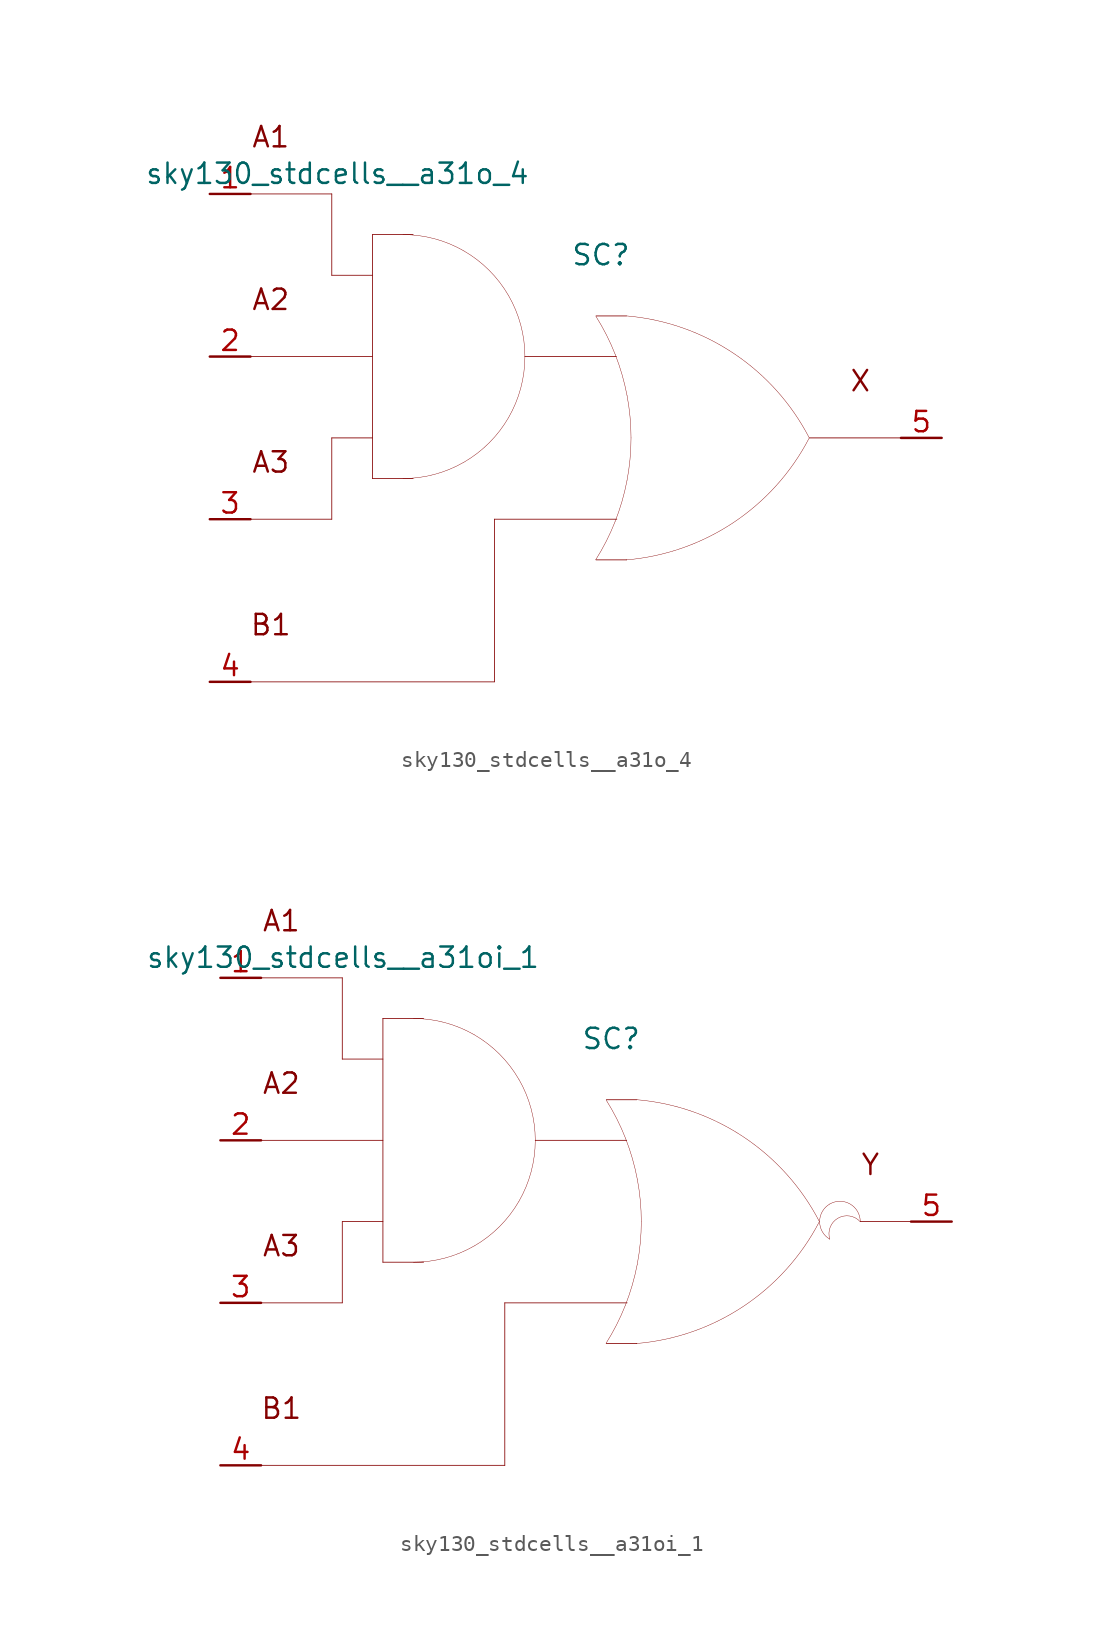
<source format=kicad_sym>
(kicad_symbol_lib
  (version 20211014)
  (generator kicad_symbol_editor)
  (symbol "sky130_stdcells__a31o_4"
    (pin_names hide)
    (property "Reference" "SC"
      (at 1.575 11.43 0)
      (effects (font (size 1.27 1.27))))
    (property "Value" "sky130_stdcells__a31o_4"
      (at -2.845 16.51 0)
      (effects (font (size 1.27 1.27)) (justify right)))
    (symbol "sky130_stdcells__a31o_4_0_0"
      (arc (start -10.795 -2.54) (mid -8.8228 -2.2804) (end -6.985 -1.5191) (stroke (width 0.0254) (type default) (color 0 0 0 0)) (fill (type none)))
      (arc (start -6.985 -1.5191) (mid -5.4069 -0.3081) (end -4.1959 1.27) (stroke (width 0.0254) (type default) (color 0 0 0 0)) (fill (type none)))
      (arc (start -6.985 11.6791) (mid -8.8228 12.4403) (end -10.795 12.7) (stroke (width 0.0254) (type default) (color 0 0 0 0)) (fill (type none)))
      (arc (start -4.1959 1.27) (mid -3.4347 3.1078) (end -3.175 5.08) (stroke (width 0.0254) (type default) (color 0 0 0 0)) (fill (type none)))
      (arc (start -4.1959 8.89) (mid -5.4069 10.4681) (end -6.985 11.6791) (stroke (width 0.0254) (type default) (color 0 0 0 0)) (fill (type none)))
      (arc (start -3.175 5.08) (mid -3.4346 7.0522) (end -4.1959 8.89) (stroke (width 0.0254) (type default) (color 0 0 0 0)) (fill (type none)))
      (polyline (pts (xy -20.32 -15.24) (xy -5.08 -15.24)) (stroke (width 0.051) (type default) (color 0 0 0 0)) (fill (type none)))
      (polyline (pts (xy -20.32 -5.08) (xy -15.24 -5.08)) (stroke (width 0.051) (type default) (color 0 0 0 0)) (fill (type none)))
      (polyline (pts (xy -20.32 5.08) (xy -12.7 5.08)) (stroke (width 0.051) (type default) (color 0 0 0 0)) (fill (type none)))
      (polyline (pts (xy -20.32 15.24) (xy -15.24 15.24)) (stroke (width 0.051) (type default) (color 0 0 0 0)) (fill (type none)))
      (polyline (pts (xy -15.24 0) (xy -15.24 -5.08)) (stroke (width 0.051) (type default) (color 0 0 0 0)) (fill (type none)))
      (polyline (pts (xy -15.24 0) (xy -12.7 0)) (stroke (width 0.051) (type default) (color 0 0 0 0)) (fill (type none)))
      (polyline (pts (xy -15.24 10.16) (xy -12.7 10.16)) (stroke (width 0.051) (type default) (color 0 0 0 0)) (fill (type none)))
      (polyline (pts (xy -15.24 15.24) (xy -15.24 10.16)) (stroke (width 0.051) (type default) (color 0 0 0 0)) (fill (type none)))
      (polyline (pts (xy -12.7 -2.54) (xy -10.16 -2.54)) (stroke (width 0.051) (type default) (color 0 0 0 0)) (fill (type none)))
      (polyline (pts (xy -12.7 12.7) (xy -12.7 -2.54)) (stroke (width 0.051) (type default) (color 0 0 0 0)) (fill (type none)))
      (polyline (pts (xy -12.7 12.7) (xy -10.16 12.7)) (stroke (width 0.051) (type default) (color 0 0 0 0)) (fill (type none)))
      (polyline (pts (xy -5.08 -5.08) (xy -5.08 -15.24)) (stroke (width 0.051) (type default) (color 0 0 0 0)) (fill (type none)))
      (polyline (pts (xy -5.08 -5.08) (xy 2.565 -5.08)) (stroke (width 0.051) (type default) (color 0 0 0 0)) (fill (type none)))
      (polyline (pts (xy -3.175 5.08) (xy 2.54 5.08)) (stroke (width 0.051) (type default) (color 0 0 0 0)) (fill (type none)))
      (polyline (pts (xy 1.27 -7.62) (xy 3.175 -7.62)) (stroke (width 0.051) (type default) (color 0 0 0 0)) (fill (type none)))
      (polyline (pts (xy 1.27 7.62) (xy 3.175 7.62)) (stroke (width 0.051) (type default) (color 0 0 0 0)) (fill (type none)))
      (polyline (pts (xy 14.605 0) (xy 20.32 0)) (stroke (width 0.051) (type default) (color 0 0 0 0)) (fill (type none)))
      (arc (start 1.2495 -7.6142) (mid 1.907 -6.458) (end 2.4538 -5.2456) (stroke (width 0.0254) (type default) (color 0 0 0 0)) (fill (type none)))
      (arc (start 2.4538 -5.2456) (mid 2.8887 -3.9755) (end 3.202 -2.6701) (stroke (width 0.0254) (type default) (color 0 0 0 0)) (fill (type none)))
      (arc (start 2.472 5.1993) (mid 1.9238 6.4248) (end 1.2627 7.5932) (stroke (width 0.0254) (type default) (color 0 0 0 0)) (fill (type none)))
      (arc (start 3.1446 -7.6231) (mid 9.8386 -5.2986) (end 14.5755 -0.0284) (stroke (width 0.0254) (type default) (color 0 0 0 0)) (fill (type none)))
      (arc (start 3.202 -2.6701) (mid 3.3912 -1.341) (end 3.4544 0) (stroke (width 0.0254) (type default) (color 0 0 0 0)) (fill (type none)))
      (arc (start 3.2066 2.6456) (mid 2.8989 3.9396) (end 2.472 5.1993) (stroke (width 0.0254) (type default) (color 0 0 0 0)) (fill (type none)))
      (arc (start 3.4544 0) (mid 3.3923 1.3286) (end 3.2066 2.6456) (stroke (width 0.0254) (type default) (color 0 0 0 0)) (fill (type none)))
      (arc (start 14.5983 -0.0156) (mid 9.8798 5.271) (end 3.194 7.6189) (stroke (width 0.0254) (type default) (color 0 0 0 0)) (fill (type none)))
      (text "A1" (at -19.05 18.796 0) (effects (font (size 1.27 1.27))))
      (text "A2" (at -19.05 8.636 0) (effects (font (size 1.27 1.27))))
      (text "A3" (at -19.05 -1.524 0) (effects (font (size 1.27 1.27))))
      (text "B1" (at -19.05 -11.684 0) (effects (font (size 1.27 1.27))))
      (text "X" (at 17.78 3.556 0) (effects (font (size 1.27 1.27)))))
    (symbol "sky130_stdcells__a31o_4_1_1"
      (pin input line (at -22.86 15.24 0) (length 2.54) (name "A1" (effects (font (size 1.092 1.092)))) (number "1" (effects (font (size 1.27 1.27)))))
      (pin input line (at -22.86 5.08 0) (length 2.54) (name "A2" (effects (font (size 1.092 1.092)))) (number "2" (effects (font (size 1.27 1.27)))))
      (pin input line (at -22.86 -5.08 0) (length 2.54) (name "A3" (effects (font (size 1.092 1.092)))) (number "3" (effects (font (size 1.27 1.27)))))
      (pin input line (at -22.86 -15.24 0) (length 2.54) (name "B1" (effects (font (size 1.092 1.092)))) (number "4" (effects (font (size 1.27 1.27)))))
      (pin output line (at 22.86 0 180) (length 2.54) (name "X" (effects (font (size 1.092 1.092)))) (number "5" (effects (font (size 1.27 1.27)))))))
  (symbol "sky130_stdcells__a31oi_1"
    (pin_names hide)
    (property "Reference" "SC"
      (at 1.575 11.43 0)
      (effects (font (size 1.27 1.27))))
    (property "Value" "sky130_stdcells__a31oi_1"
      (at -2.845 16.51 0)
      (effects (font (size 1.27 1.27)) (justify right)))
    (symbol "sky130_stdcells__a31oi_1_0_0"
      (arc (start -10.795 -2.54) (mid -8.8228 -2.2804) (end -6.985 -1.5191) (stroke (width 0.0254) (type default) (color 0 0 0 0)) (fill (type none)))
      (arc (start -6.985 -1.5191) (mid -5.4069 -0.3081) (end -4.1959 1.27) (stroke (width 0.0254) (type default) (color 0 0 0 0)) (fill (type none)))
      (arc (start -6.985 11.6791) (mid -8.8228 12.4403) (end -10.795 12.7) (stroke (width 0.0254) (type default) (color 0 0 0 0)) (fill (type none)))
      (arc (start -4.1959 1.27) (mid -3.4347 3.1078) (end -3.175 5.08) (stroke (width 0.0254) (type default) (color 0 0 0 0)) (fill (type none)))
      (arc (start -4.1959 8.89) (mid -5.4069 10.4681) (end -6.985 11.6791) (stroke (width 0.0254) (type default) (color 0 0 0 0)) (fill (type none)))
      (arc (start -3.175 5.08) (mid -3.4346 7.0522) (end -4.1959 8.89) (stroke (width 0.0254) (type default) (color 0 0 0 0)) (fill (type none)))
      (polyline (pts (xy -20.32 -15.24) (xy -5.08 -15.24)) (stroke (width 0.051) (type default) (color 0 0 0 0)) (fill (type none)))
      (polyline (pts (xy -20.32 -5.08) (xy -15.24 -5.08)) (stroke (width 0.051) (type default) (color 0 0 0 0)) (fill (type none)))
      (polyline (pts (xy -20.32 5.08) (xy -12.7 5.08)) (stroke (width 0.051) (type default) (color 0 0 0 0)) (fill (type none)))
      (polyline (pts (xy -20.32 15.24) (xy -15.24 15.24)) (stroke (width 0.051) (type default) (color 0 0 0 0)) (fill (type none)))
      (polyline (pts (xy -15.24 0) (xy -15.24 -5.08)) (stroke (width 0.051) (type default) (color 0 0 0 0)) (fill (type none)))
      (polyline (pts (xy -15.24 0) (xy -12.7 0)) (stroke (width 0.051) (type default) (color 0 0 0 0)) (fill (type none)))
      (polyline (pts (xy -15.24 10.16) (xy -12.7 10.16)) (stroke (width 0.051) (type default) (color 0 0 0 0)) (fill (type none)))
      (polyline (pts (xy -15.24 15.24) (xy -15.24 10.16)) (stroke (width 0.051) (type default) (color 0 0 0 0)) (fill (type none)))
      (polyline (pts (xy -12.7 -2.54) (xy -10.16 -2.54)) (stroke (width 0.051) (type default) (color 0 0 0 0)) (fill (type none)))
      (polyline (pts (xy -12.7 12.7) (xy -12.7 -2.54)) (stroke (width 0.051) (type default) (color 0 0 0 0)) (fill (type none)))
      (polyline (pts (xy -12.7 12.7) (xy -10.16 12.7)) (stroke (width 0.051) (type default) (color 0 0 0 0)) (fill (type none)))
      (polyline (pts (xy -5.08 -5.08) (xy -5.08 -15.24)) (stroke (width 0.051) (type default) (color 0 0 0 0)) (fill (type none)))
      (polyline (pts (xy -5.08 -5.08) (xy 2.565 -5.08)) (stroke (width 0.051) (type default) (color 0 0 0 0)) (fill (type none)))
      (polyline (pts (xy -3.175 5.08) (xy 2.54 5.08)) (stroke (width 0.051) (type default) (color 0 0 0 0)) (fill (type none)))
      (polyline (pts (xy 1.27 -7.62) (xy 3.175 -7.62)) (stroke (width 0.051) (type default) (color 0 0 0 0)) (fill (type none)))
      (polyline (pts (xy 1.27 7.62) (xy 3.175 7.62)) (stroke (width 0.051) (type default) (color 0 0 0 0)) (fill (type none)))
      (polyline (pts (xy 17.145 0) (xy 20.32 0)) (stroke (width 0.051) (type default) (color 0 0 0 0)) (fill (type none)))
      (arc (start 1.2495 -7.6142) (mid 1.907 -6.458) (end 2.4538 -5.2456) (stroke (width 0.0254) (type default) (color 0 0 0 0)) (fill (type none)))
      (arc (start 2.4538 -5.2456) (mid 2.8887 -3.9755) (end 3.202 -2.6701) (stroke (width 0.0254) (type default) (color 0 0 0 0)) (fill (type none)))
      (arc (start 2.472 5.1993) (mid 1.9238 6.4248) (end 1.2627 7.5932) (stroke (width 0.0254) (type default) (color 0 0 0 0)) (fill (type none)))
      (arc (start 3.1446 -7.6231) (mid 9.8386 -5.2986) (end 14.5755 -0.0284) (stroke (width 0.0254) (type default) (color 0 0 0 0)) (fill (type none)))
      (arc (start 3.202 -2.6701) (mid 3.3912 -1.341) (end 3.4544 0) (stroke (width 0.0254) (type default) (color 0 0 0 0)) (fill (type none)))
      (arc (start 3.2066 2.6456) (mid 2.8989 3.9396) (end 2.472 5.1993) (stroke (width 0.0254) (type default) (color 0 0 0 0)) (fill (type none)))
      (arc (start 3.4544 0) (mid 3.3923 1.3286) (end 3.2066 2.6456) (stroke (width 0.0254) (type default) (color 0 0 0 0)) (fill (type none)))
      (arc (start 14.5983 -0.0156) (mid 9.8798 5.271) (end 3.194 7.6189) (stroke (width 0.0254) (type default) (color 0 0 0 0)) (fill (type none)))
      (arc (start 15.24 1.0999) (mid 14.605 0) (end 15.24 -1.0999) (stroke (width 0.0254) (type default) (color 0 0 0 0)) (fill (type none)))
      (arc (start 17.145 0) (mid 15.2881 0.4743) (end 15.24 -1.0999) (stroke (width 0.0254) (type default) (color 0 0 0 0)) (fill (type none)))
      (arc (start 17.145 0) (mid 16.51 1.0998) (end 15.24 1.0999) (stroke (width 0.0254) (type default) (color 0 0 0 0)) (fill (type none)))
      (text "A1" (at -19.05 18.796 0) (effects (font (size 1.27 1.27))))
      (text "A2" (at -19.05 8.636 0) (effects (font (size 1.27 1.27))))
      (text "A3" (at -19.05 -1.524 0) (effects (font (size 1.27 1.27))))
      (text "B1" (at -19.05 -11.684 0) (effects (font (size 1.27 1.27))))
      (text "Y" (at 17.78 3.556 0) (effects (font (size 1.27 1.27)))))
    (symbol "sky130_stdcells__a31oi_1_1_1"
      (pin input line (at -22.86 15.24 0) (length 2.54) (name "A1" (effects (font (size 1.092 1.092)))) (number "1" (effects (font (size 1.27 1.27)))))
      (pin input line (at -22.86 5.08 0) (length 2.54) (name "A2" (effects (font (size 1.092 1.092)))) (number "2" (effects (font (size 1.27 1.27)))))
      (pin input line (at -22.86 -5.08 0) (length 2.54) (name "A3" (effects (font (size 1.092 1.092)))) (number "3" (effects (font (size 1.27 1.27)))))
      (pin input line (at -22.86 -15.24 0) (length 2.54) (name "B1" (effects (font (size 1.092 1.092)))) (number "4" (effects (font (size 1.27 1.27)))))
      (pin output line (at 22.86 0 180) (length 2.54) (name "Y" (effects (font (size 1.092 1.092)))) (number "5" (effects (font (size 1.27 1.27))))))))
</source>
